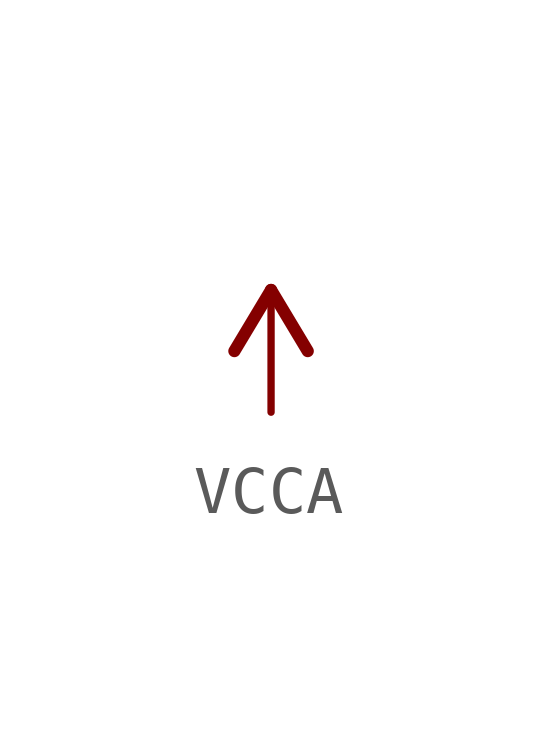
<source format=kicad_sym>
(kicad_symbol_lib
  (version 20231120)
  (generator "kicad_symbol_editor")
  (generator_version "8.0")
  (symbol "VCCA"
    (power)
    (property "Reference" ""
      (at 0 0 0)
      (effects (font (size 1.27 1.27)) (hide yes)))
    (property "Value" ""
      (at -1.016 3.556 0)
      (effects (font (size 1.778 1.511)) (justify left bottom)))
    (property "ki_locked" ""
      (at 0 0 0)
      (effects (font (size 1.27 1.27))))
    (symbol "VCCA_1_0"
      (polyline (pts (xy 0 2.54) (xy -0.762 1.27)) (stroke (width 0.254) (type solid)) (fill (type none)))
      (polyline (pts (xy 0.762 1.27) (xy 0 2.54)) (stroke (width 0.254) (type solid)) (fill (type none)))
      (pin power_in line (at 0 0 90) (length 2.54) (name "VCCA" (effects (font (size 0 0)))) (number "1" (effects (font (size 0 0))))))))
</source>
